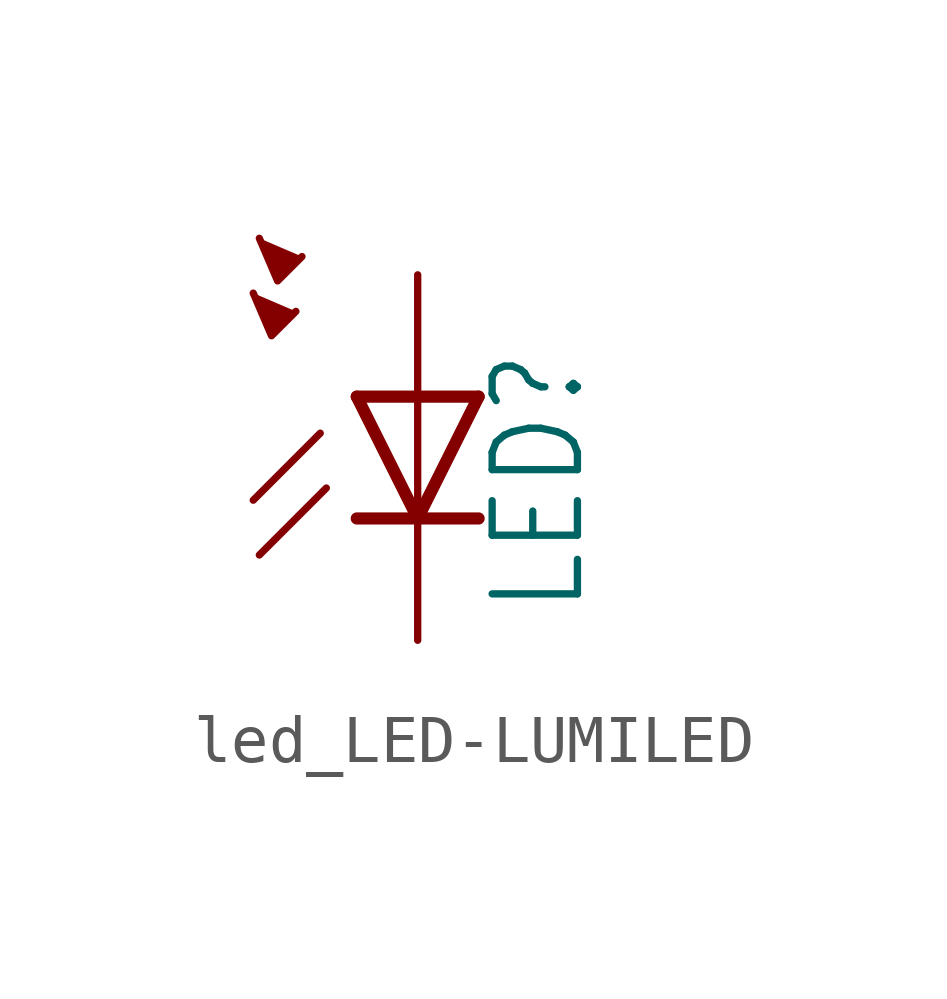
<source format=kicad_sym>
(kicad_symbol_lib
  (version 20241209)
  (generator "kicad_symbol_editor")
  (generator_version "9.0")
  (symbol "led_LED-LUMILED"
    (property "Reference" "LED"
      (at 3.556 -4.572 90)
      (effects (font (size 1.778 1.511)) (justify left bottom)))
    (property "Value" ""
      (at 5.715 -4.572 90)
      (effects (font (size 1.778 1.511)) (justify left bottom)))
    (property "ki_locked" ""
      (at 0 0 0)
      (effects (font (size 1.27 1.27))))
    (symbol "led_LED-LUMILED_1_0"
      (polyline (pts (xy -3.429 2.159) (xy -3.048 1.27) (xy -2.54 1.778)) (stroke (width 0.152) (type solid)) (fill (type outline)))
      (polyline (pts (xy -3.302 3.302) (xy -2.921 2.413) (xy -2.413 2.921)) (stroke (width 0.152) (type solid)) (fill (type outline)))
      (polyline (pts (xy -2.032 -0.762) (xy -3.429 -2.159)) (stroke (width 0.152) (type solid)) (fill (type none)))
      (polyline (pts (xy -1.905 -1.905) (xy -3.302 -3.302)) (stroke (width 0.152) (type solid)) (fill (type none)))
      (polyline (pts (xy 0 0) (xy -1.27 0)) (stroke (width 0.254) (type solid)) (fill (type none)))
      (polyline (pts (xy 0 0) (xy 0 -2.54)) (stroke (width 0.152) (type solid)) (fill (type none)))
      (polyline (pts (xy 0 -2.54) (xy -1.27 0)) (stroke (width 0.254) (type solid)) (fill (type none)))
      (polyline (pts (xy 0 -2.54) (xy -1.27 -2.54)) (stroke (width 0.254) (type solid)) (fill (type none)))
      (polyline (pts (xy 1.27 0) (xy 0 0)) (stroke (width 0.254) (type solid)) (fill (type none)))
      (polyline (pts (xy 1.27 0) (xy 0 -2.54)) (stroke (width 0.254) (type solid)) (fill (type none)))
      (polyline (pts (xy 1.27 -2.54) (xy 0 -2.54)) (stroke (width 0.254) (type solid)) (fill (type none)))
      (pin passive line (at 0 2.54 270) (length 2.54) (name "A" (effects (font (size 0 0)))) (number "2+" (effects (font (size 0 0)))))
      (pin passive line (at 0 -5.08 90) (length 2.54) (name "C" (effects (font (size 0 0)))) (number "4-" (effects (font (size 0 0))))))))
</source>
